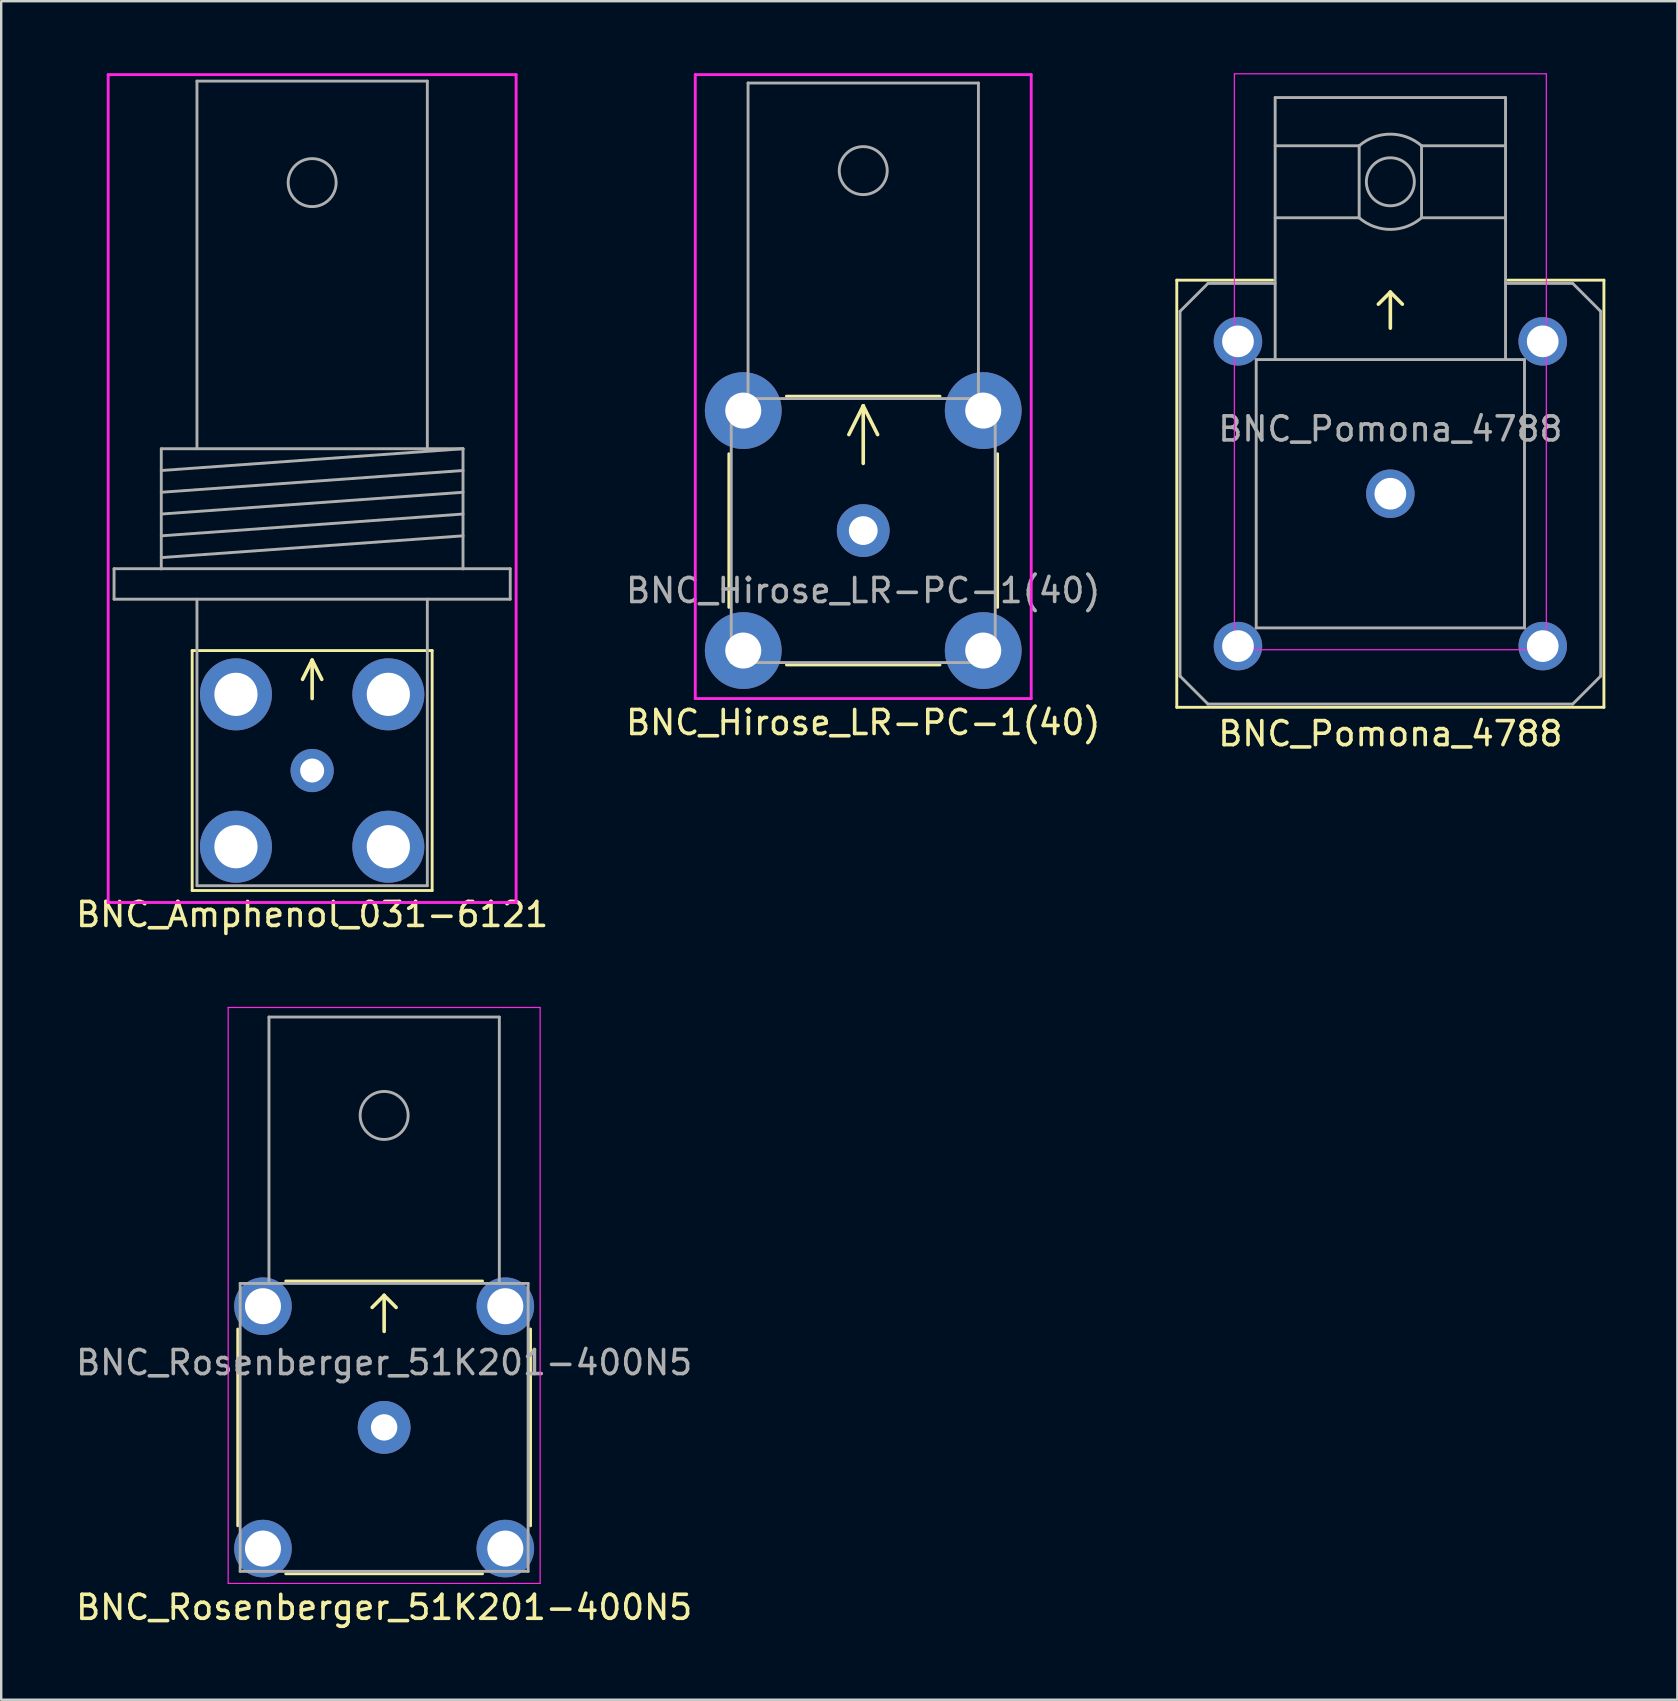
<source format=kicad_pcb>
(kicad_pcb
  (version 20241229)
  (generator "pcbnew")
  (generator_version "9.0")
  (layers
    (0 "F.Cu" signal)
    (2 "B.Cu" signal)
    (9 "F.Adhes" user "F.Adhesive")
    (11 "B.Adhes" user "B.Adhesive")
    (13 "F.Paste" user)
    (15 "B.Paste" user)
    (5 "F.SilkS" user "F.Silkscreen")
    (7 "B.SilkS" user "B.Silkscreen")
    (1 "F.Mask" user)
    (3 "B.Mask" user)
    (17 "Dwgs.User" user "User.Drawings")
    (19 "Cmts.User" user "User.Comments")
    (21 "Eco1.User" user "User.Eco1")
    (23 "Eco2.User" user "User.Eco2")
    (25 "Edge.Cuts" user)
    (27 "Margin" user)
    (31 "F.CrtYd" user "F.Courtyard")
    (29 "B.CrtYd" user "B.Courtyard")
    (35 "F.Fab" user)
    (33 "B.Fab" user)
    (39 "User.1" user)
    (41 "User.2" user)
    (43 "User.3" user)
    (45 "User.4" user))
  (footprint "BNC_Rosenberger_51K201-400N5"
    (layer "F.Cu")
    (at 12.958 56.433)
    (property "Reference" "BNC_Rosenberger_51K201-400N5" (at 0 7.5 180) (layer "F.SilkS") (effects (font (size 1 1) (thickness 0.15))))
    (attr through_hole)
    (fp_line (start -6.1 -4.1) (end -6.1 4.1) (stroke (width 0.12) (type solid)) (layer "F.SilkS"))
    (fp_line (start -4.1 -6.1) (end 4.1 -6.1) (stroke (width 0.12) (type solid)) (layer "F.SilkS"))
    (fp_line (start -4.1 6.1) (end 4.1 6.1) (stroke (width 0.12) (type solid)) (layer "F.SilkS"))
    (fp_line (start 0 -5.5) (end -0.5 -5) (stroke (width 0.15) (type solid)) (layer "F.SilkS"))
    (fp_line (start 0 -5.5) (end 0 -4) (stroke (width 0.15) (type solid)) (layer "F.SilkS"))
    (fp_line (start 0 -5.5) (end 0.5 -5) (stroke (width 0.15) (type solid)) (layer "F.SilkS"))
    (fp_line (start 6.1 -4.1) (end 6.1 4.1) (stroke (width 0.12) (type solid)) (layer "F.SilkS"))
    (fp_line (start -6.5 -17.5) (end 6.5 -17.5) (stroke (width 0.05) (type solid)) (layer "F.CrtYd"))
    (fp_line (start -6.5 6.5) (end -6.5 -17.5) (stroke (width 0.05) (type solid)) (layer "F.CrtYd"))
    (fp_line (start 6.5 -17.5) (end 6.5 6.5) (stroke (width 0.05) (type solid)) (layer "F.CrtYd"))
    (fp_line (start 6.5 6.5) (end -6.5 6.5) (stroke (width 0.05) (type solid)) (layer "F.CrtYd"))
    (fp_line (start -6 -6) (end 6 -6) (stroke (width 0.12) (type solid)) (layer "F.Fab"))
    (fp_line (start -6 6) (end -6 -6) (stroke (width 0.12) (type solid)) (layer "F.Fab"))
    (fp_line (start -4.8 -17.1) (end 4.8 -17.1) (stroke (width 0.12) (type solid)) (layer "F.Fab"))
    (fp_line (start -4.8 -6) (end -4.8 -17.1) (stroke (width 0.12) (type solid)) (layer "F.Fab"))
    (fp_line (start 4.8 -17.1) (end 4.8 -6) (stroke (width 0.12) (type solid)) (layer "F.Fab"))
    (fp_line (start 6 -6) (end 6 6) (stroke (width 0.12) (type solid)) (layer "F.Fab"))
    (fp_line (start 6 6) (end -6 6) (stroke (width 0.12) (type solid)) (layer "F.Fab"))
    (fp_circle (center 0 -13) (end 1 -13) (stroke (width 0.12) (type solid)) (fill no) (layer "F.Fab"))
    (fp_text user "${REFERENCE}" (at 0 -2.7 0) (layer "F.Fab") (effects (font (size 1 1) (thickness 0.15))))
    (pad "1" thru_hole circle (at 0 0) (size 2.2 2.2) (drill 1.1) (layers "*.Cu" "*.Mask"))
    (pad "2" thru_hole circle (at -5.05 -5.05) (size 2.4 2.4) (drill 1.5) (layers "*.Cu" "*.Mask"))
    (pad "2" thru_hole circle (at -5.05 5.05) (size 2.4 2.4) (drill 1.5) (layers "*.Cu" "*.Mask"))
    (pad "2" thru_hole circle (at 5.05 -5.05) (size 2.4 2.4) (drill 1.5) (layers "*.Cu" "*.Mask"))
    (pad "2" thru_hole circle (at 5.05 5.05) (size 2.4 2.4) (drill 1.5) (layers "*.Cu" "*.Mask")))
  (footprint "BNC_Pomona_4788"
    (layer "F.Cu")
    (at 54.889 17.525)
    (property "Reference" "BNC_Pomona_4788" (at 0 10 180) (layer "F.SilkS") (effects (font (size 1 1) (thickness 0.15))))
    (attr through_hole)
    (fp_line (start -8.9 -8.9) (end -4.9 -8.9) (stroke (width 0.12) (type solid)) (layer "F.SilkS"))
    (fp_line (start -8.9 8.9) (end -8.9 -8.9) (stroke (width 0.12) (type solid)) (layer "F.SilkS"))
    (fp_line (start 0 -8.4) (end -0.5 -7.9) (stroke (width 0.15) (type solid)) (layer "F.SilkS"))
    (fp_line (start 0 -8.4) (end 0 -6.9) (stroke (width 0.15) (type solid)) (layer "F.SilkS"))
    (fp_line (start 0 -8.4) (end 0.5 -7.9) (stroke (width 0.15) (type solid)) (layer "F.SilkS"))
    (fp_line (start 8.9 -8.9) (end 4.9 -8.9) (stroke (width 0.12) (type solid)) (layer "F.SilkS"))
    (fp_line (start 8.9 -8.9) (end 8.9 8.9) (stroke (width 0.12) (type solid)) (layer "F.SilkS"))
    (fp_line (start 8.9 8.9) (end -8.9 8.9) (stroke (width 0.12) (type solid)) (layer "F.SilkS"))
    (fp_line (start -6.5 -17.5) (end 6.5 -17.5) (stroke (width 0.05) (type solid)) (layer "F.CrtYd"))
    (fp_line (start -6.5 6.5) (end -6.5 -17.5) (stroke (width 0.05) (type solid)) (layer "F.CrtYd"))
    (fp_line (start 6.5 -17.5) (end 6.5 6.5) (stroke (width 0.05) (type solid)) (layer "F.CrtYd"))
    (fp_line (start 6.5 6.5) (end -6.5 6.5) (stroke (width 0.05) (type solid)) (layer "F.CrtYd"))
    (fp_line (start -8.765 7.6) (end -8.765 -7.6) (stroke (width 0.12) (type solid)) (layer "F.Fab"))
    (fp_line (start -8.765 7.6) (end -7.6 8.765) (stroke (width 0.12) (type solid)) (layer "F.Fab"))
    (fp_line (start -7.6 -8.765) (end -8.765 -7.6) (stroke (width 0.12) (type solid)) (layer "F.Fab"))
    (fp_line (start -7.6 -8.765) (end -4.8 -8.765) (stroke (width 0.12) (type solid)) (layer "F.Fab"))
    (fp_line (start -5.59 -5.59) (end -5.59 5.59) (stroke (width 0.12) (type solid)) (layer "F.Fab"))
    (fp_line (start -5.59 -5.59) (end 5.59 -5.59) (stroke (width 0.12) (type solid)) (layer "F.Fab"))
    (fp_line (start -5.59 5.59) (end 5.59 5.59) (stroke (width 0.12) (type solid)) (layer "F.Fab"))
    (fp_line (start -4.8 -16.51) (end 4.8 -16.51) (stroke (width 0.12) (type solid)) (layer "F.Fab"))
    (fp_line (start -4.8 -5.59) (end -4.8 -16.51) (stroke (width 0.12) (type solid)) (layer "F.Fab"))
    (fp_line (start -1.3 -14.5) (end -4.8 -14.5) (stroke (width 0.12) (type solid)) (layer "F.Fab"))
    (fp_line (start -1.3 -14.5) (end -1.3 -11.5) (stroke (width 0.12) (type solid)) (layer "F.Fab"))
    (fp_line (start -1.3 -11.5) (end -4.8 -11.5) (stroke (width 0.12) (type solid)) (layer "F.Fab"))
    (fp_line (start 1.3 -14.5) (end 1.3 -11.5) (stroke (width 0.12) (type solid)) (layer "F.Fab"))
    (fp_line (start 1.3 -14.5) (end 4.8 -14.5) (stroke (width 0.12) (type solid)) (layer "F.Fab"))
    (fp_line (start 1.3 -11.5) (end 4.8 -11.5) (stroke (width 0.12) (type solid)) (layer "F.Fab"))
    (fp_line (start 4.8 -16.51) (end 4.8 -5.59) (stroke (width 0.12) (type solid)) (layer "F.Fab"))
    (fp_line (start 5.59 -5.59) (end 5.59 5.59) (stroke (width 0.12) (type solid)) (layer "F.Fab"))
    (fp_line (start 7.6 -8.765) (end 4.8 -8.765) (stroke (width 0.12) (type solid)) (layer "F.Fab"))
    (fp_line (start 7.6 -8.765) (end 8.765 -7.6) (stroke (width 0.12) (type solid)) (layer "F.Fab"))
    (fp_line (start 7.6 8.765) (end -7.6 8.765) (stroke (width 0.12) (type solid)) (layer "F.Fab"))
    (fp_line (start 8.765 7.6) (end 7.6 8.765) (stroke (width 0.12) (type solid)) (layer "F.Fab"))
    (fp_line (start 8.765 7.6) (end 8.765 -7.6) (stroke (width 0.12) (type solid)) (layer "F.Fab"))
    (fp_arc (start -1.299999 -14.499999) (mid 0 -14.984942) (end 1.299999 -14.499999) (stroke (width 0.12) (type solid)) (layer "F.Fab"))
    (fp_arc (start 1.299999 -11.500001) (mid 0 -11.015058) (end -1.299999 -11.500001) (stroke (width 0.12) (type solid)) (layer "F.Fab"))
    (fp_circle (center 0 -13) (end 1 -13) (stroke (width 0.12) (type solid)) (fill no) (layer "F.Fab"))
    (fp_text user "${REFERENCE}" (at 0 -2.7 0) (layer "F.Fab") (effects (font (size 1 1) (thickness 0.15))))
    (pad "1" thru_hole circle (at 0 0) (size 2.02 2.02) (drill 1.32) (layers "*.Cu" "*.Mask"))
    (pad "2" thru_hole circle (at -6.35 -6.35) (size 2.02 2.02) (drill 1.32) (layers "*.Cu" "*.Mask"))
    (pad "2" thru_hole circle (at -6.35 6.35) (size 2.02 2.02) (drill 1.32) (layers "*.Cu" "*.Mask"))
    (pad "2" thru_hole circle (at 6.35 -6.35) (size 2.02 2.02) (drill 1.32) (layers "*.Cu" "*.Mask"))
    (pad "2" thru_hole circle (at 6.35 6.35) (size 2.02 2.02) (drill 1.32) (layers "*.Cu" "*.Mask")))
  (footprint "BNC_Amphenol_031-6121"
    (layer "F.Cu")
    (at 9.958 29.06)
    (property "Reference" "BNC_Amphenol_031-6121" (at 0 6 0) (layer "F.SilkS") (effects (font (size 1 1) (thickness 0.15))))
    (attr through_hole)
    (fp_line (start -5 -5) (end 5 -5) (stroke (width 0.12) (type solid)) (layer "F.SilkS"))
    (fp_line (start -5 5) (end -5 -5) (stroke (width 0.12) (type solid)) (layer "F.SilkS"))
    (fp_line (start 0 -4.6) (end -0.4 -3.8) (stroke (width 0.15) (type solid)) (layer "F.SilkS"))
    (fp_line (start 0 -4.6) (end 0 -3) (stroke (width 0.15) (type solid)) (layer "F.SilkS"))
    (fp_line (start 0 -4.6) (end 0.4 -3.8) (stroke (width 0.15) (type solid)) (layer "F.SilkS"))
    (fp_line (start 5 -5) (end 5 5) (stroke (width 0.12) (type solid)) (layer "F.SilkS"))
    (fp_line (start 5 5) (end -5 5) (stroke (width 0.12) (type solid)) (layer "F.SilkS"))
    (fp_line (start -8.5 -29) (end -8.5 5.5) (stroke (width 0.12) (type solid)) (layer "F.CrtYd"))
    (fp_line (start -8.5 5.5) (end 8.5 5.5) (stroke (width 0.12) (type solid)) (layer "F.CrtYd"))
    (fp_line (start 8.5 -29) (end -8.5 -29) (stroke (width 0.12) (type solid)) (layer "F.CrtYd"))
    (fp_line (start 8.5 5.5) (end 8.5 -29) (stroke (width 0.12) (type solid)) (layer "F.CrtYd"))
    (fp_line (start -8.255 -8.41) (end -8.255 -7.14) (stroke (width 0.12) (type solid)) (layer "F.Fab"))
    (fp_line (start -8.255 -8.41) (end 8.255 -8.41) (stroke (width 0.12) (type solid)) (layer "F.Fab"))
    (fp_line (start -8.255 -7.14) (end 8.255 -7.14) (stroke (width 0.12) (type solid)) (layer "F.Fab"))
    (fp_line (start -6.287 -13.41) (end -6.287 -8.4) (stroke (width 0.12) (type solid)) (layer "F.Fab"))
    (fp_line (start -6.287 -13.41) (end 6.287 -13.41) (stroke (width 0.12) (type solid)) (layer "F.Fab"))
    (fp_line (start -4.8 -28.73) (end -4.8 -13.41) (stroke (width 0.12) (type solid)) (layer "F.Fab"))
    (fp_line (start -4.8 -28.73) (end 4.8 -28.73) (stroke (width 0.12) (type solid)) (layer "F.Fab"))
    (fp_line (start -4.8 -7.14) (end -4.8 4.8) (stroke (width 0.12) (type solid)) (layer "F.Fab"))
    (fp_line (start -4.8 4.8) (end 4.8 4.8) (stroke (width 0.12) (type solid)) (layer "F.Fab"))
    (fp_line (start 4.8 -28.73) (end 4.8 -13.41) (stroke (width 0.12) (type solid)) (layer "F.Fab"))
    (fp_line (start 4.8 -7.14) (end 4.8 4.8) (stroke (width 0.12) (type solid)) (layer "F.Fab"))
    (fp_line (start 6.287 -13.41) (end -6.287 -12.503) (stroke (width 0.12) (type solid)) (layer "F.Fab"))
    (fp_line (start 6.287 -13.41) (end 6.287 -8.4) (stroke (width 0.12) (type solid)) (layer "F.Fab"))
    (fp_line (start 6.287 -12.503) (end -6.287 -11.596) (stroke (width 0.12) (type solid)) (layer "F.Fab"))
    (fp_line (start 6.287 -11.596) (end -6.287 -10.689) (stroke (width 0.12) (type solid)) (layer "F.Fab"))
    (fp_line (start 6.287 -10.689) (end -6.287 -9.781) (stroke (width 0.12) (type solid)) (layer "F.Fab"))
    (fp_line (start 6.287 -9.781) (end -6.287 -8.874) (stroke (width 0.12) (type solid)) (layer "F.Fab"))
    (fp_line (start 8.255 -7.14) (end 8.255 -8.41) (stroke (width 0.12) (type solid)) (layer "F.Fab"))
    (fp_circle (center 0 -24.5) (end 1 -24.5) (stroke (width 0.12) (type solid)) (fill no) (layer "F.Fab"))
    (pad "1" thru_hole circle (at 0 0) (size 1.8 1.8) (drill 1) (layers "*.Cu" "*.Mask"))
    (pad "2" thru_hole circle (at -3.175 -3.175) (size 3 3) (drill 1.8) (layers "*.Cu" "*.Mask"))
    (pad "2" thru_hole circle (at -3.175 3.175) (size 3 3) (drill 1.8) (layers "*.Cu" "*.Mask"))
    (pad "2" thru_hole circle (at 3.175 -3.175) (size 3 3) (drill 1.8) (layers "*.Cu" "*.Mask"))
    (pad "2" thru_hole circle (at 3.175 3.175) (size 3 3) (drill 1.8) (layers "*.Cu" "*.Mask")))
  (footprint "BNC_Hirose_LR-PC-1(40)"
    (layer "F.Cu")
    (at 32.923 19.06)
    (property "Reference" "BNC_Hirose_LR-PC-1(40)" (at 0 8 0) (layer "F.SilkS") (effects (font (size 1 1) (thickness 0.15))))
    (attr through_hole)
    (fp_line (start -5.6 -3.2) (end -5.6 3.2) (stroke (width 0.12) (type solid)) (layer "F.SilkS"))
    (fp_line (start -3.2 -5.6) (end 3.2 -5.6) (stroke (width 0.12) (type solid)) (layer "F.SilkS"))
    (fp_line (start -3.2 5.6) (end 3.2 5.6) (stroke (width 0.12) (type solid)) (layer "F.SilkS"))
    (fp_line (start 0 -5.2) (end -0.6 -4) (stroke (width 0.15) (type solid)) (layer "F.SilkS"))
    (fp_line (start 0 -5.2) (end 0 -2.8) (stroke (width 0.15) (type solid)) (layer "F.SilkS"))
    (fp_line (start 0 -5.2) (end 0.6 -4) (stroke (width 0.15) (type solid)) (layer "F.SilkS"))
    (fp_line (start 5.6 -3.2) (end 5.6 3.2) (stroke (width 0.12) (type solid)) (layer "F.SilkS"))
    (fp_line (start -7 -19) (end -7 7) (stroke (width 0.12) (type solid)) (layer "F.CrtYd"))
    (fp_line (start -7 7) (end 7 7) (stroke (width 0.12) (type solid)) (layer "F.CrtYd"))
    (fp_line (start 7 -19) (end -7 -19) (stroke (width 0.12) (type solid)) (layer "F.CrtYd"))
    (fp_line (start 7 7) (end 7 -19) (stroke (width 0.12) (type solid)) (layer "F.CrtYd"))
    (fp_line (start -5.5 -5.5) (end -5.5 5.5) (stroke (width 0.12) (type solid)) (layer "F.Fab"))
    (fp_line (start -5.5 -5.5) (end 5.5 -5.5) (stroke (width 0.12) (type solid)) (layer "F.Fab"))
    (fp_line (start -5.5 5.5) (end 5.5 5.5) (stroke (width 0.12) (type solid)) (layer "F.Fab"))
    (fp_line (start -4.8 -18.65) (end -4.8 -5.5) (stroke (width 0.12) (type solid)) (layer "F.Fab"))
    (fp_line (start -4.8 -18.65) (end 4.8 -18.65) (stroke (width 0.12) (type solid)) (layer "F.Fab"))
    (fp_line (start 4.8 -18.65) (end 4.8 -5.5) (stroke (width 0.12) (type solid)) (layer "F.Fab"))
    (fp_line (start 5.5 -5.5) (end 5.5 5.5) (stroke (width 0.12) (type solid)) (layer "F.Fab"))
    (fp_circle (center 0 -15) (end 1 -15) (stroke (width 0.12) (type solid)) (fill no) (layer "F.Fab"))
    (fp_text user "${REFERENCE}" (at 0 2.5 0) (layer "F.Fab") (effects (font (size 1 1) (thickness 0.15))))
    (pad "1" thru_hole circle (at 0 0) (size 2.2 2.2) (drill 1.2) (layers "*.Cu" "*.Mask"))
    (pad "2" thru_hole circle (at -5 -5) (size 3.2 3.2) (drill 1.5) (layers "*.Cu" "*.Mask"))
    (pad "2" thru_hole circle (at -5 5) (size 3.2 3.2) (drill 1.5) (layers "*.Cu" "*.Mask"))
    (pad "2" thru_hole circle (at 5 -5) (size 3.2 3.2) (drill 1.5) (layers "*.Cu" "*.Mask"))
    (pad "2" thru_hole circle (at 5 5) (size 3.2 3.2) (drill 1.5) (layers "*.Cu" "*.Mask")))
  (gr_rect
    (start -3 -3)
    (end 66.849 67.781)
    (stroke (width 0.1) (type default))
    (fill no)
    (layer "Edge.Cuts")))
</source>
